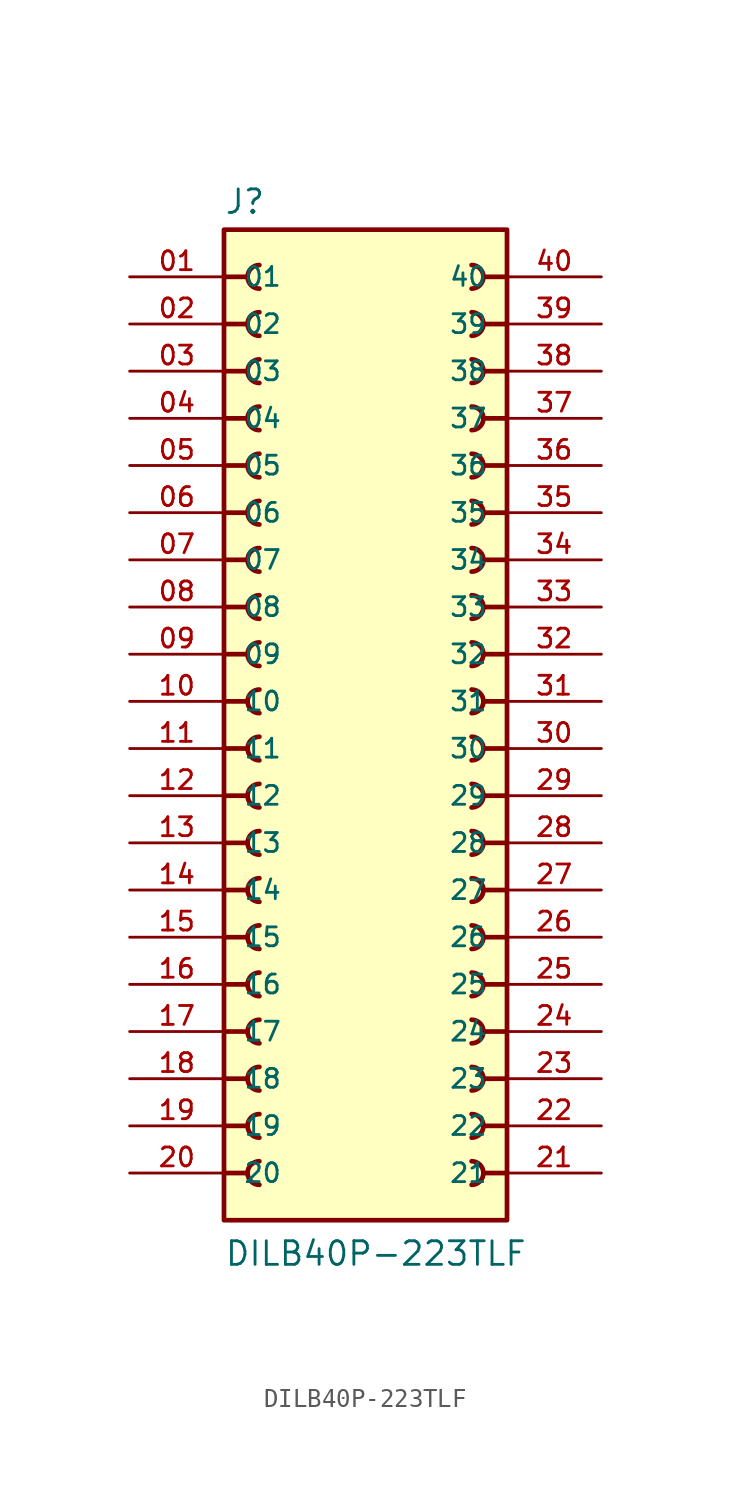
<source format=kicad_sym>
(kicad_symbol_lib
  (version 20211014)
  (generator kicad_symbol_editor)
  (symbol "DILB40P-223TLF"
    (pin_names
      (offset 1.016))
    (property "Reference" "J"
      (at -7.62 26.162 0)
      (effects (font (size 1.27 1.27)) (justify bottom left)))
    (property "Value" "DILB40P-223TLF"
      (at -7.62 -30.48 0)
      (effects (font (size 1.27 1.27)) (justify bottom left)))
    (symbol "DILB40P-223TLF_0_0"
      (polyline (pts (xy -7.62 22.86) (xy -6.35 22.86)) (stroke (width 0.254)))
      (arc (start -5.715 23.495) (mid -6.35 22.86) (end -5.715 22.225) (stroke (width 0.254) (type default) (color 0 0 0 0)) (fill (type none)))
      (polyline (pts (xy 7.62 22.86) (xy 6.35 22.86)) (stroke (width 0.254)))
      (arc (start 5.715 22.225) (mid 6.35 22.86) (end 5.715 23.495) (stroke (width 0.254) (type default) (color 0 0 0 0)) (fill (type none)))
      (polyline (pts (xy -7.62 20.32) (xy -6.35 20.32)) (stroke (width 0.254)))
      (arc (start -5.715 20.955) (mid -6.35 20.32) (end -5.715 19.685) (stroke (width 0.254) (type default) (color 0 0 0 0)) (fill (type none)))
      (polyline (pts (xy 7.62 20.32) (xy 6.35 20.32)) (stroke (width 0.254)))
      (arc (start 5.715 19.685) (mid 6.35 20.32) (end 5.715 20.955) (stroke (width 0.254) (type default) (color 0 0 0 0)) (fill (type none)))
      (polyline (pts (xy -7.62 17.78) (xy -6.35 17.78)) (stroke (width 0.254)))
      (arc (start -5.715 18.415) (mid -6.35 17.78) (end -5.715 17.145) (stroke (width 0.254) (type default) (color 0 0 0 0)) (fill (type none)))
      (polyline (pts (xy 7.62 17.78) (xy 6.35 17.78)) (stroke (width 0.254)))
      (arc (start 5.715 17.145) (mid 6.35 17.78) (end 5.715 18.415) (stroke (width 0.254) (type default) (color 0 0 0 0)) (fill (type none)))
      (polyline (pts (xy -7.62 15.24) (xy -6.35 15.24)) (stroke (width 0.254)))
      (arc (start -5.715 15.875) (mid -6.35 15.24) (end -5.715 14.605) (stroke (width 0.254) (type default) (color 0 0 0 0)) (fill (type none)))
      (polyline (pts (xy 7.62 15.24) (xy 6.35 15.24)) (stroke (width 0.254)))
      (arc (start 5.715 14.605) (mid 6.35 15.24) (end 5.715 15.875) (stroke (width 0.254) (type default) (color 0 0 0 0)) (fill (type none)))
      (polyline (pts (xy -7.62 12.7) (xy -6.35 12.7)) (stroke (width 0.254)))
      (arc (start -5.715 13.335) (mid -6.35 12.7) (end -5.715 12.065) (stroke (width 0.254) (type default) (color 0 0 0 0)) (fill (type none)))
      (polyline (pts (xy 7.62 12.7) (xy 6.35 12.7)) (stroke (width 0.254)))
      (arc (start 5.715 12.065) (mid 6.35 12.7) (end 5.715 13.335) (stroke (width 0.254) (type default) (color 0 0 0 0)) (fill (type none)))
      (polyline (pts (xy -7.62 10.16) (xy -6.35 10.16)) (stroke (width 0.254)))
      (arc (start -5.715 10.795) (mid -6.35 10.16) (end -5.715 9.525) (stroke (width 0.254) (type default) (color 0 0 0 0)) (fill (type none)))
      (polyline (pts (xy 7.62 10.16) (xy 6.35 10.16)) (stroke (width 0.254)))
      (arc (start 5.715 9.525) (mid 6.35 10.16) (end 5.715 10.795) (stroke (width 0.254) (type default) (color 0 0 0 0)) (fill (type none)))
      (polyline (pts (xy -7.62 7.62) (xy -6.35 7.62)) (stroke (width 0.254)))
      (arc (start -5.715 8.255) (mid -6.35 7.62) (end -5.715 6.985) (stroke (width 0.254) (type default) (color 0 0 0 0)) (fill (type none)))
      (polyline (pts (xy 7.62 7.62) (xy 6.35 7.62)) (stroke (width 0.254)))
      (arc (start 5.715 6.985) (mid 6.35 7.62) (end 5.715 8.255) (stroke (width 0.254) (type default) (color 0 0 0 0)) (fill (type none)))
      (polyline (pts (xy -7.62 5.08) (xy -6.35 5.08)) (stroke (width 0.254)))
      (arc (start -5.715 5.715) (mid -6.35 5.08) (end -5.715 4.445) (stroke (width 0.254) (type default) (color 0 0 0 0)) (fill (type none)))
      (polyline (pts (xy 7.62 5.08) (xy 6.35 5.08)) (stroke (width 0.254)))
      (arc (start 5.715 4.445) (mid 6.35 5.08) (end 5.715 5.715) (stroke (width 0.254) (type default) (color 0 0 0 0)) (fill (type none)))
      (polyline (pts (xy -7.62 2.54) (xy -6.35 2.54)) (stroke (width 0.254)))
      (arc (start -5.715 3.175) (mid -6.35 2.54) (end -5.715 1.905) (stroke (width 0.254) (type default) (color 0 0 0 0)) (fill (type none)))
      (polyline (pts (xy 7.62 2.54) (xy 6.35 2.54)) (stroke (width 0.254)))
      (arc (start 5.715 1.905) (mid 6.35 2.54) (end 5.715 3.175) (stroke (width 0.254) (type default) (color 0 0 0 0)) (fill (type none)))
      (polyline (pts (xy -7.62 0.0) (xy -6.35 0.0)) (stroke (width 0.254)))
      (arc (start -5.715 0.635) (mid -6.35 -0.0) (end -5.715 -0.635) (stroke (width 0.254) (type default) (color 0 0 0 0)) (fill (type none)))
      (polyline (pts (xy 7.62 0.0) (xy 6.35 0.0)) (stroke (width 0.254)))
      (arc (start 5.715 -0.635) (mid 6.35 0.0) (end 5.715 0.635) (stroke (width 0.254) (type default) (color 0 0 0 0)) (fill (type none)))
      (polyline (pts (xy -7.62 -2.54) (xy -6.35 -2.54)) (stroke (width 0.254)))
      (arc (start -5.715 -1.905) (mid -6.35 -2.54) (end -5.715 -3.175) (stroke (width 0.254) (type default) (color 0 0 0 0)) (fill (type none)))
      (polyline (pts (xy 7.62 -2.54) (xy 6.35 -2.54)) (stroke (width 0.254)))
      (arc (start 5.715 -3.175) (mid 6.35 -2.54) (end 5.715 -1.905) (stroke (width 0.254) (type default) (color 0 0 0 0)) (fill (type none)))
      (polyline (pts (xy -7.62 -5.08) (xy -6.35 -5.08)) (stroke (width 0.254)))
      (arc (start -5.715 -4.445) (mid -6.35 -5.08) (end -5.715 -5.715) (stroke (width 0.254) (type default) (color 0 0 0 0)) (fill (type none)))
      (polyline (pts (xy 7.62 -5.08) (xy 6.35 -5.08)) (stroke (width 0.254)))
      (arc (start 5.715 -5.715) (mid 6.35 -5.08) (end 5.715 -4.445) (stroke (width 0.254) (type default) (color 0 0 0 0)) (fill (type none)))
      (polyline (pts (xy -7.62 -7.62) (xy -6.35 -7.62)) (stroke (width 0.254)))
      (arc (start -5.715 -6.985) (mid -6.35 -7.62) (end -5.715 -8.255) (stroke (width 0.254) (type default) (color 0 0 0 0)) (fill (type none)))
      (polyline (pts (xy 7.62 -7.62) (xy 6.35 -7.62)) (stroke (width 0.254)))
      (arc (start 5.715 -8.255) (mid 6.35 -7.62) (end 5.715 -6.985) (stroke (width 0.254) (type default) (color 0 0 0 0)) (fill (type none)))
      (polyline (pts (xy -7.62 -10.16) (xy -6.35 -10.16)) (stroke (width 0.254)))
      (arc (start -5.715 -9.525) (mid -6.35 -10.16) (end -5.715 -10.795) (stroke (width 0.254) (type default) (color 0 0 0 0)) (fill (type none)))
      (polyline (pts (xy 7.62 -10.16) (xy 6.35 -10.16)) (stroke (width 0.254)))
      (arc (start 5.715 -10.795) (mid 6.35 -10.16) (end 5.715 -9.525) (stroke (width 0.254) (type default) (color 0 0 0 0)) (fill (type none)))
      (polyline (pts (xy -7.62 -12.7) (xy -6.35 -12.7)) (stroke (width 0.254)))
      (arc (start -5.715 -12.065) (mid -6.35 -12.7) (end -5.715 -13.335) (stroke (width 0.254) (type default) (color 0 0 0 0)) (fill (type none)))
      (polyline (pts (xy 7.62 -12.7) (xy 6.35 -12.7)) (stroke (width 0.254)))
      (arc (start 5.715 -13.335) (mid 6.35 -12.7) (end 5.715 -12.065) (stroke (width 0.254) (type default) (color 0 0 0 0)) (fill (type none)))
      (polyline (pts (xy -7.62 -15.24) (xy -6.35 -15.24)) (stroke (width 0.254)))
      (arc (start -5.715 -14.605) (mid -6.35 -15.24) (end -5.715 -15.875) (stroke (width 0.254) (type default) (color 0 0 0 0)) (fill (type none)))
      (polyline (pts (xy 7.62 -15.24) (xy 6.35 -15.24)) (stroke (width 0.254)))
      (arc (start 5.715 -15.875) (mid 6.35 -15.24) (end 5.715 -14.605) (stroke (width 0.254) (type default) (color 0 0 0 0)) (fill (type none)))
      (polyline (pts (xy -7.62 -17.78) (xy -6.35 -17.78)) (stroke (width 0.254)))
      (arc (start -5.715 -17.145) (mid -6.35 -17.78) (end -5.715 -18.415) (stroke (width 0.254) (type default) (color 0 0 0 0)) (fill (type none)))
      (polyline (pts (xy 7.62 -17.78) (xy 6.35 -17.78)) (stroke (width 0.254)))
      (arc (start 5.715 -18.415) (mid 6.35 -17.78) (end 5.715 -17.145) (stroke (width 0.254) (type default) (color 0 0 0 0)) (fill (type none)))
      (polyline (pts (xy -7.62 -20.32) (xy -6.35 -20.32)) (stroke (width 0.254)))
      (arc (start -5.715 -19.685) (mid -6.35 -20.32) (end -5.715 -20.955) (stroke (width 0.254) (type default) (color 0 0 0 0)) (fill (type none)))
      (polyline (pts (xy 7.62 -20.32) (xy 6.35 -20.32)) (stroke (width 0.254)))
      (arc (start 5.715 -20.955) (mid 6.35 -20.32) (end 5.715 -19.685) (stroke (width 0.254) (type default) (color 0 0 0 0)) (fill (type none)))
      (polyline (pts (xy -7.62 -22.86) (xy -6.35 -22.86)) (stroke (width 0.254)))
      (arc (start -5.715 -22.225) (mid -6.35 -22.86) (end -5.715 -23.495) (stroke (width 0.254) (type default) (color 0 0 0 0)) (fill (type none)))
      (polyline (pts (xy 7.62 -22.86) (xy 6.35 -22.86)) (stroke (width 0.254)))
      (arc (start 5.715 -23.495) (mid 6.35 -22.86) (end 5.715 -22.225) (stroke (width 0.254) (type default) (color 0 0 0 0)) (fill (type none)))
      (polyline (pts (xy -7.62 -25.4) (xy -6.35 -25.4)) (stroke (width 0.254)))
      (arc (start -5.715 -24.765) (mid -6.35 -25.4) (end -5.715 -26.035) (stroke (width 0.254) (type default) (color 0 0 0 0)) (fill (type none)))
      (polyline (pts (xy 7.62 -25.4) (xy 6.35 -25.4)) (stroke (width 0.254)))
      (arc (start 5.715 -26.035) (mid 6.35 -25.4) (end 5.715 -24.765) (stroke (width 0.254) (type default) (color 0 0 0 0)) (fill (type none)))
      (rectangle (start -7.62 -27.94) (end 7.62 25.4) (stroke (width 0.254)) (fill (type background)))
      (pin passive line (at -12.7 22.86 0) (length 5.08) (name "01" (effects (font (size 1.016 1.016)))) (number "01" (effects (font (size 1.016 1.016)))))
      (pin passive line (at -12.7 20.32 0) (length 5.08) (name "02" (effects (font (size 1.016 1.016)))) (number "02" (effects (font (size 1.016 1.016)))))
      (pin passive line (at -12.7 17.78 0) (length 5.08) (name "03" (effects (font (size 1.016 1.016)))) (number "03" (effects (font (size 1.016 1.016)))))
      (pin passive line (at -12.7 15.24 0) (length 5.08) (name "04" (effects (font (size 1.016 1.016)))) (number "04" (effects (font (size 1.016 1.016)))))
      (pin passive line (at -12.7 12.7 0) (length 5.08) (name "05" (effects (font (size 1.016 1.016)))) (number "05" (effects (font (size 1.016 1.016)))))
      (pin passive line (at -12.7 10.16 0) (length 5.08) (name "06" (effects (font (size 1.016 1.016)))) (number "06" (effects (font (size 1.016 1.016)))))
      (pin passive line (at -12.7 7.62 0) (length 5.08) (name "07" (effects (font (size 1.016 1.016)))) (number "07" (effects (font (size 1.016 1.016)))))
      (pin passive line (at -12.7 5.08 0) (length 5.08) (name "08" (effects (font (size 1.016 1.016)))) (number "08" (effects (font (size 1.016 1.016)))))
      (pin passive line (at -12.7 2.54 0) (length 5.08) (name "09" (effects (font (size 1.016 1.016)))) (number "09" (effects (font (size 1.016 1.016)))))
      (pin passive line (at -12.7 0.0 0) (length 5.08) (name "10" (effects (font (size 1.016 1.016)))) (number "10" (effects (font (size 1.016 1.016)))))
      (pin passive line (at -12.7 -2.54 0) (length 5.08) (name "11" (effects (font (size 1.016 1.016)))) (number "11" (effects (font (size 1.016 1.016)))))
      (pin passive line (at -12.7 -5.08 0) (length 5.08) (name "12" (effects (font (size 1.016 1.016)))) (number "12" (effects (font (size 1.016 1.016)))))
      (pin passive line (at -12.7 -7.62 0) (length 5.08) (name "13" (effects (font (size 1.016 1.016)))) (number "13" (effects (font (size 1.016 1.016)))))
      (pin passive line (at -12.7 -10.16 0) (length 5.08) (name "14" (effects (font (size 1.016 1.016)))) (number "14" (effects (font (size 1.016 1.016)))))
      (pin passive line (at -12.7 -12.7 0) (length 5.08) (name "15" (effects (font (size 1.016 1.016)))) (number "15" (effects (font (size 1.016 1.016)))))
      (pin passive line (at -12.7 -15.24 0) (length 5.08) (name "16" (effects (font (size 1.016 1.016)))) (number "16" (effects (font (size 1.016 1.016)))))
      (pin passive line (at -12.7 -17.78 0) (length 5.08) (name "17" (effects (font (size 1.016 1.016)))) (number "17" (effects (font (size 1.016 1.016)))))
      (pin passive line (at -12.7 -20.32 0) (length 5.08) (name "18" (effects (font (size 1.016 1.016)))) (number "18" (effects (font (size 1.016 1.016)))))
      (pin passive line (at -12.7 -22.86 0) (length 5.08) (name "19" (effects (font (size 1.016 1.016)))) (number "19" (effects (font (size 1.016 1.016)))))
      (pin passive line (at -12.7 -25.4 0) (length 5.08) (name "20" (effects (font (size 1.016 1.016)))) (number "20" (effects (font (size 1.016 1.016)))))
      (pin passive line (at 12.7 -25.4 180.0) (length 5.08) (name "21" (effects (font (size 1.016 1.016)))) (number "21" (effects (font (size 1.016 1.016)))))
      (pin passive line (at 12.7 -22.86 180.0) (length 5.08) (name "22" (effects (font (size 1.016 1.016)))) (number "22" (effects (font (size 1.016 1.016)))))
      (pin passive line (at 12.7 -20.32 180.0) (length 5.08) (name "23" (effects (font (size 1.016 1.016)))) (number "23" (effects (font (size 1.016 1.016)))))
      (pin passive line (at 12.7 -17.78 180.0) (length 5.08) (name "24" (effects (font (size 1.016 1.016)))) (number "24" (effects (font (size 1.016 1.016)))))
      (pin passive line (at 12.7 -15.24 180.0) (length 5.08) (name "25" (effects (font (size 1.016 1.016)))) (number "25" (effects (font (size 1.016 1.016)))))
      (pin passive line (at 12.7 -12.7 180.0) (length 5.08) (name "26" (effects (font (size 1.016 1.016)))) (number "26" (effects (font (size 1.016 1.016)))))
      (pin passive line (at 12.7 -10.16 180.0) (length 5.08) (name "27" (effects (font (size 1.016 1.016)))) (number "27" (effects (font (size 1.016 1.016)))))
      (pin passive line (at 12.7 -7.62 180.0) (length 5.08) (name "28" (effects (font (size 1.016 1.016)))) (number "28" (effects (font (size 1.016 1.016)))))
      (pin passive line (at 12.7 -5.08 180.0) (length 5.08) (name "29" (effects (font (size 1.016 1.016)))) (number "29" (effects (font (size 1.016 1.016)))))
      (pin passive line (at 12.7 -2.54 180.0) (length 5.08) (name "30" (effects (font (size 1.016 1.016)))) (number "30" (effects (font (size 1.016 1.016)))))
      (pin passive line (at 12.7 0.0 180.0) (length 5.08) (name "31" (effects (font (size 1.016 1.016)))) (number "31" (effects (font (size 1.016 1.016)))))
      (pin passive line (at 12.7 2.54 180.0) (length 5.08) (name "32" (effects (font (size 1.016 1.016)))) (number "32" (effects (font (size 1.016 1.016)))))
      (pin passive line (at 12.7 5.08 180.0) (length 5.08) (name "33" (effects (font (size 1.016 1.016)))) (number "33" (effects (font (size 1.016 1.016)))))
      (pin passive line (at 12.7 7.62 180.0) (length 5.08) (name "34" (effects (font (size 1.016 1.016)))) (number "34" (effects (font (size 1.016 1.016)))))
      (pin passive line (at 12.7 10.16 180.0) (length 5.08) (name "35" (effects (font (size 1.016 1.016)))) (number "35" (effects (font (size 1.016 1.016)))))
      (pin passive line (at 12.7 12.7 180.0) (length 5.08) (name "36" (effects (font (size 1.016 1.016)))) (number "36" (effects (font (size 1.016 1.016)))))
      (pin passive line (at 12.7 15.24 180.0) (length 5.08) (name "37" (effects (font (size 1.016 1.016)))) (number "37" (effects (font (size 1.016 1.016)))))
      (pin passive line (at 12.7 17.78 180.0) (length 5.08) (name "38" (effects (font (size 1.016 1.016)))) (number "38" (effects (font (size 1.016 1.016)))))
      (pin passive line (at 12.7 20.32 180.0) (length 5.08) (name "39" (effects (font (size 1.016 1.016)))) (number "39" (effects (font (size 1.016 1.016)))))
      (pin passive line (at 12.7 22.86 180.0) (length 5.08) (name "40" (effects (font (size 1.016 1.016)))) (number "40" (effects (font (size 1.016 1.016))))))))
</source>
